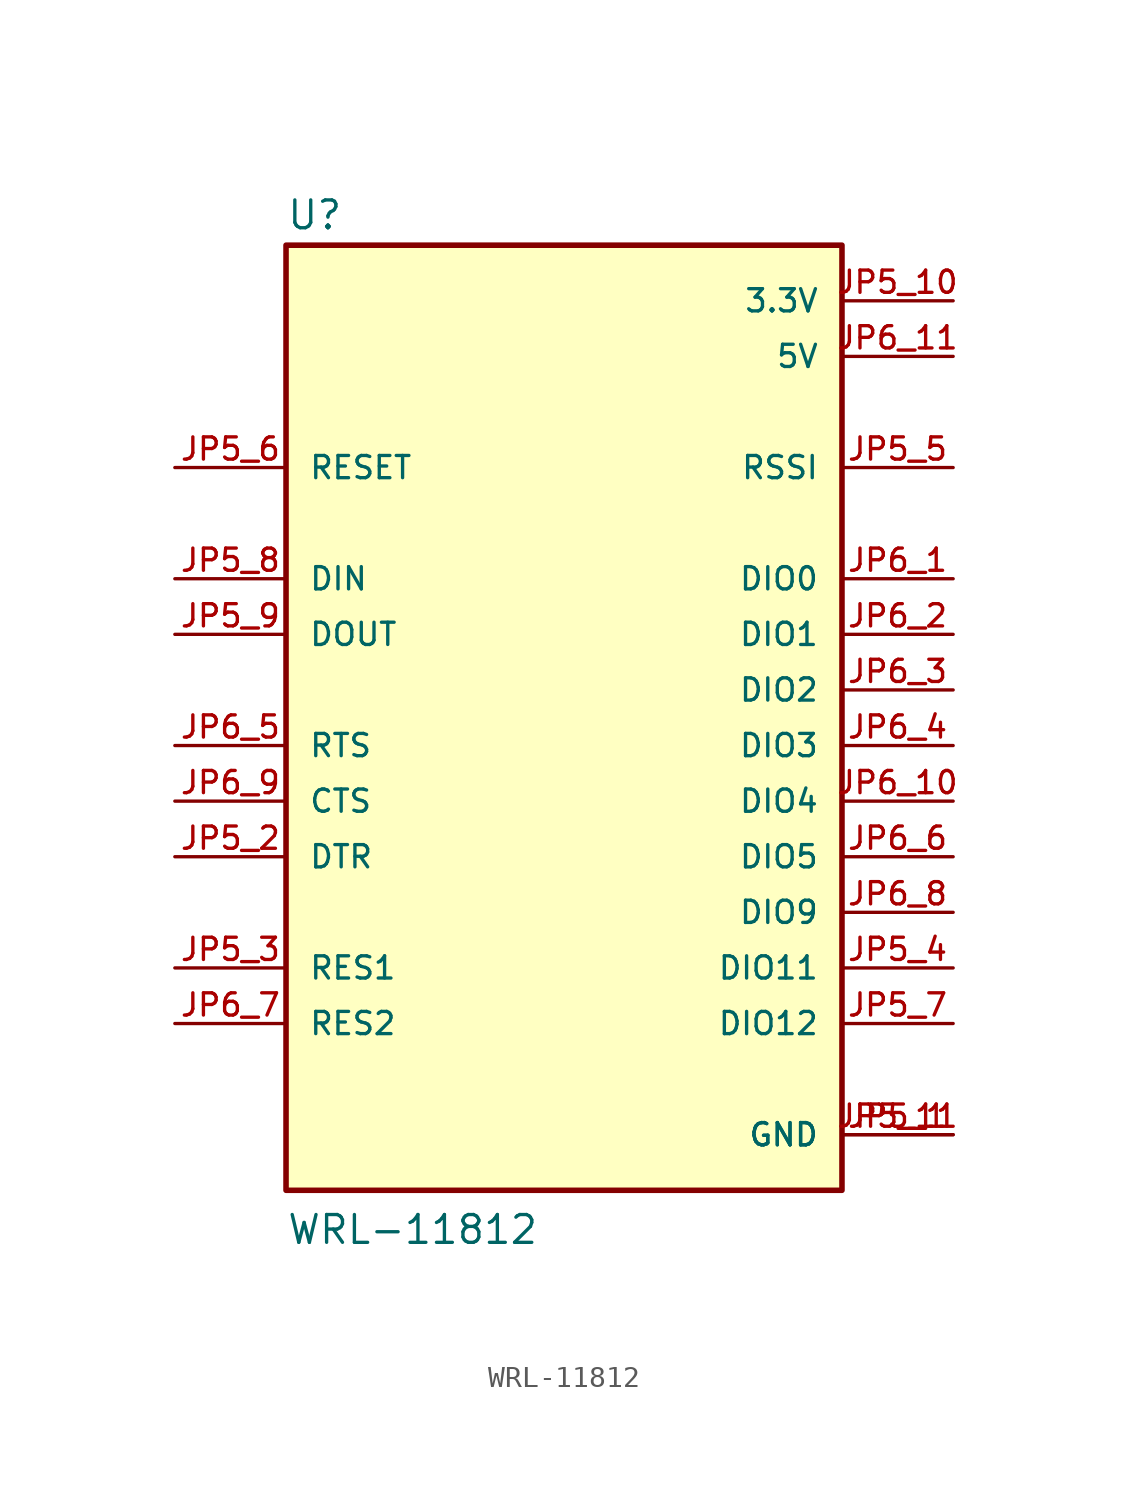
<source format=kicad_sym>
(kicad_symbol_lib
  (version 20211014)
  (generator kicad_symbol_editor)
  (symbol "WRL-11812"
    (pin_names
      (offset 1.016))
    (property "Reference" "U"
      (at -12.7 20.955 0)
      (effects (font (size 1.27 1.27)) (justify bottom left)))
    (property "Value" "WRL-11812"
      (at -12.7 -25.4 0)
      (effects (font (size 1.27 1.27)) (justify bottom left)))
    (symbol "WRL-11812_0_0"
      (rectangle (start -12.7 -22.86) (end 12.7 20.32) (stroke (width 0.254)) (fill (type background)))
      (pin power_in line (at 17.78 -20.32 180.0) (length 5.08) (name "GND" (effects (font (size 1.016 1.016)))) (number "JP5_1" (effects (font (size 1.016 1.016)))))
      (pin power_in line (at 17.78 -20.32 180.0) (length 5.08) (name "GND" (effects (font (size 1.016 1.016)))) (number "JP5_11" (effects (font (size 1.016 1.016)))))
      (pin bidirectional line (at -17.78 -7.62 0) (length 5.08) (name "DTR" (effects (font (size 1.016 1.016)))) (number "JP5_2" (effects (font (size 1.016 1.016)))))
      (pin bidirectional line (at -17.78 -12.7 0) (length 5.08) (name "RES1" (effects (font (size 1.016 1.016)))) (number "JP5_3" (effects (font (size 1.016 1.016)))))
      (pin bidirectional line (at 17.78 -12.7 180.0) (length 5.08) (name "DIO11" (effects (font (size 1.016 1.016)))) (number "JP5_4" (effects (font (size 1.016 1.016)))))
      (pin output line (at 17.78 10.16 180.0) (length 5.08) (name "RSSI" (effects (font (size 1.016 1.016)))) (number "JP5_5" (effects (font (size 1.016 1.016)))))
      (pin input line (at -17.78 10.16 0) (length 5.08) (name "RESET" (effects (font (size 1.016 1.016)))) (number "JP5_6" (effects (font (size 1.016 1.016)))))
      (pin bidirectional line (at 17.78 -15.24 180.0) (length 5.08) (name "DIO12" (effects (font (size 1.016 1.016)))) (number "JP5_7" (effects (font (size 1.016 1.016)))))
      (pin input line (at -17.78 5.08 0) (length 5.08) (name "DIN" (effects (font (size 1.016 1.016)))) (number "JP5_8" (effects (font (size 1.016 1.016)))))
      (pin output line (at -17.78 2.54 0) (length 5.08) (name "DOUT" (effects (font (size 1.016 1.016)))) (number "JP5_9" (effects (font (size 1.016 1.016)))))
      (pin power_in line (at 17.78 17.78 180.0) (length 5.08) (name "3.3V" (effects (font (size 1.016 1.016)))) (number "JP5_10" (effects (font (size 1.016 1.016)))))
      (pin bidirectional line (at 17.78 5.08 180.0) (length 5.08) (name "DIO0" (effects (font (size 1.016 1.016)))) (number "JP6_1" (effects (font (size 1.016 1.016)))))
      (pin bidirectional line (at 17.78 2.54 180.0) (length 5.08) (name "DIO1" (effects (font (size 1.016 1.016)))) (number "JP6_2" (effects (font (size 1.016 1.016)))))
      (pin bidirectional line (at 17.78 0.0 180.0) (length 5.08) (name "DIO2" (effects (font (size 1.016 1.016)))) (number "JP6_3" (effects (font (size 1.016 1.016)))))
      (pin bidirectional line (at 17.78 -2.54 180.0) (length 5.08) (name "DIO3" (effects (font (size 1.016 1.016)))) (number "JP6_4" (effects (font (size 1.016 1.016)))))
      (pin input line (at -17.78 -2.54 0) (length 5.08) (name "RTS" (effects (font (size 1.016 1.016)))) (number "JP6_5" (effects (font (size 1.016 1.016)))))
      (pin bidirectional line (at 17.78 -5.08 180.0) (length 5.08) (name "DIO4" (effects (font (size 1.016 1.016)))) (number "JP6_10" (effects (font (size 1.016 1.016)))))
      (pin bidirectional line (at 17.78 -7.62 180.0) (length 5.08) (name "DIO5" (effects (font (size 1.016 1.016)))) (number "JP6_6" (effects (font (size 1.016 1.016)))))
      (pin bidirectional line (at -17.78 -15.24 0) (length 5.08) (name "RES2" (effects (font (size 1.016 1.016)))) (number "JP6_7" (effects (font (size 1.016 1.016)))))
      (pin bidirectional line (at 17.78 -10.16 180.0) (length 5.08) (name "DIO9" (effects (font (size 1.016 1.016)))) (number "JP6_8" (effects (font (size 1.016 1.016)))))
      (pin output line (at -17.78 -5.08 0) (length 5.08) (name "CTS" (effects (font (size 1.016 1.016)))) (number "JP6_9" (effects (font (size 1.016 1.016)))))
      (pin power_in line (at 17.78 15.24 180.0) (length 5.08) (name "5V" (effects (font (size 1.016 1.016)))) (number "JP6_11" (effects (font (size 1.016 1.016))))))))
</source>
